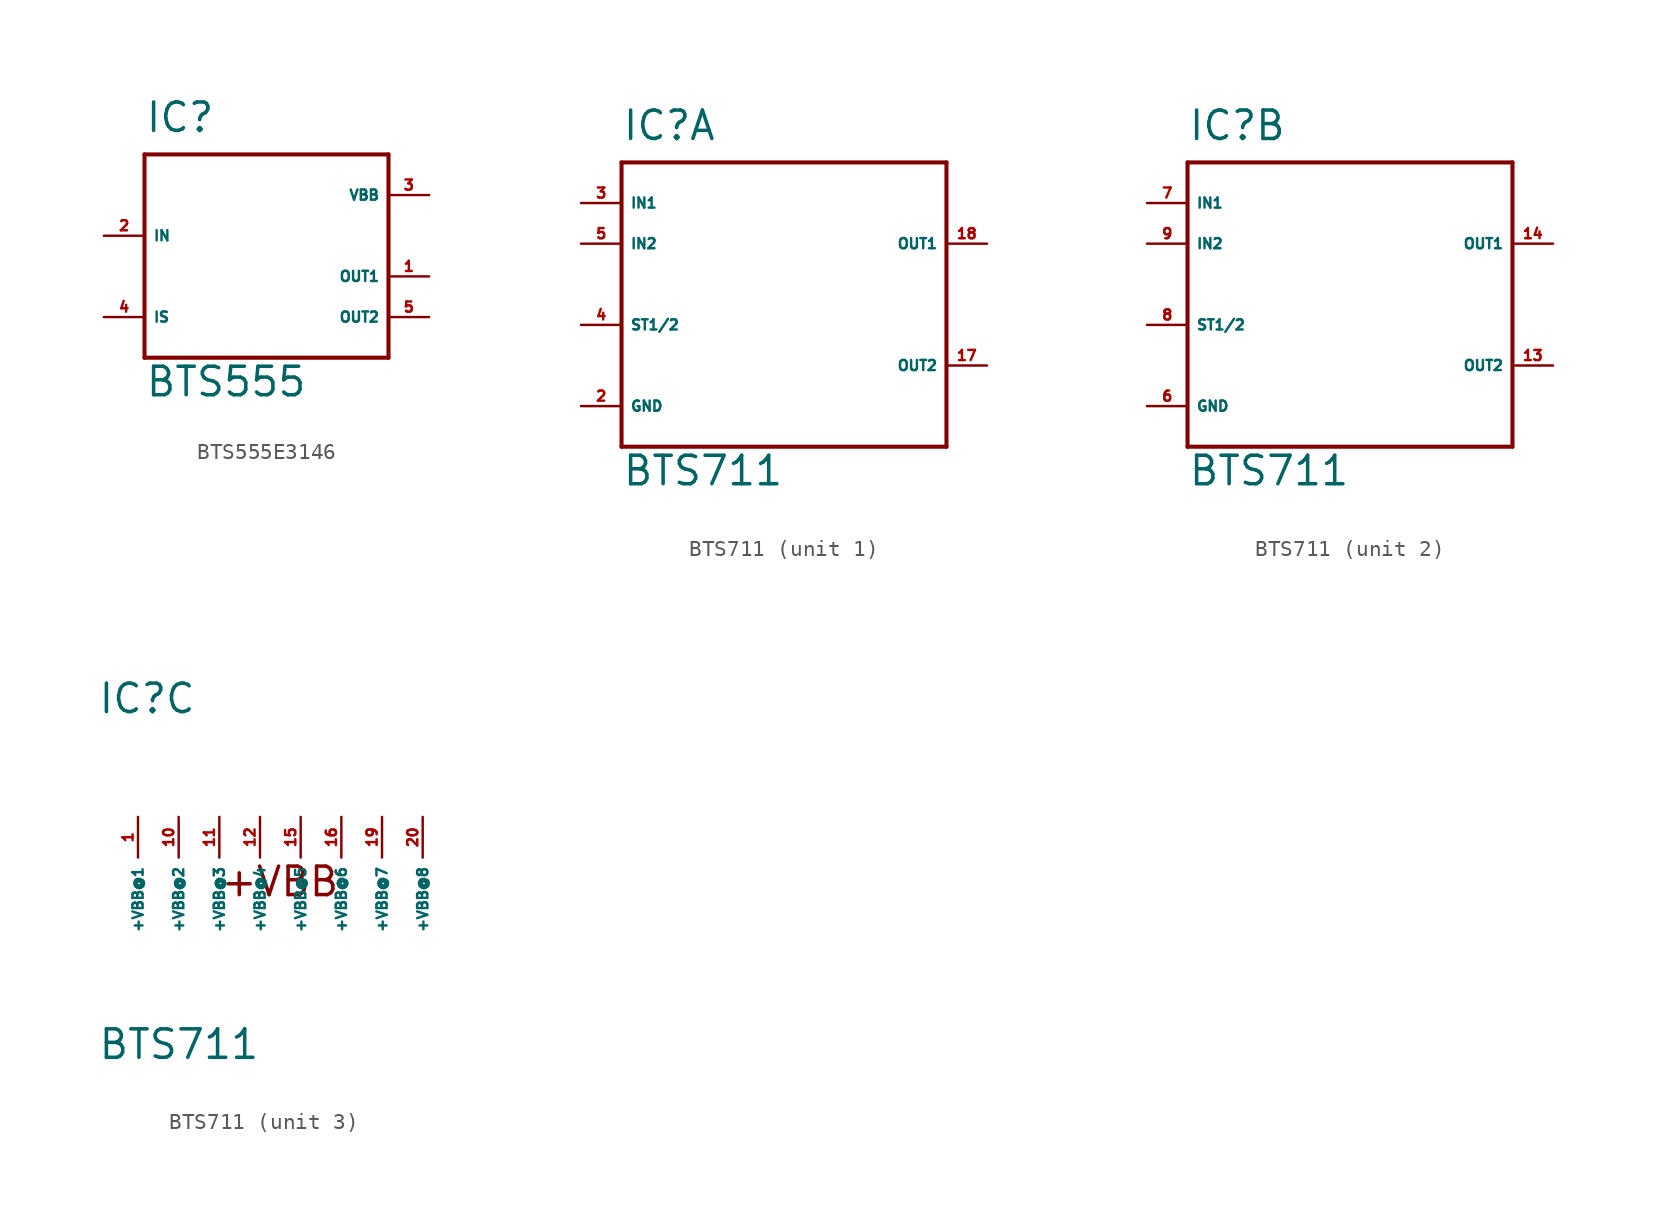
<source format=kicad_sym>
(kicad_symbol_lib
  (version 20220914)
  (generator Eagle2Kicad)
  (symbol "BTS555E3146"
    (property "Reference" "IC"
      (at -7.62 6.35 0)
      (effects (font (size 1.778 1.778) (thickness 0.22)) (justify left bottom)))
    (property "Value" "BTS555"
      (at -7.62 -10.16 0)
      (effects (font (size 1.778 1.778) (thickness 0.22)) (justify left bottom)))
    (polyline
      (pts (xy -7.62 5.08) (xy 7.62 5.08))
      (stroke (width 0.254) (type default))
      (fill (type none)))
    (polyline
      (pts (xy 7.62 5.08) (xy 7.62 -7.62))
      (stroke (width 0.254) (type default))
      (fill (type none)))
    (polyline
      (pts (xy 7.62 -7.62) (xy -7.62 -7.62))
      (stroke (width 0.254) (type default))
      (fill (type none)))
    (polyline
      (pts (xy -7.62 -7.62) (xy -7.62 5.08))
      (stroke (width 0.254) (type default))
      (fill (type none)))
    (pin input line
      (at -10.16 0 0)
      (length 2.54)
      (name "IN" (effects (font (size 0.635 0.635) (thickness 0.08)) (justify left bottom)))
      (number "2" (effects (font (size 0.635 0.635) (thickness 0.08)) (justify left bottom))))
    (pin passive line
      (at -10.16 -5.08 0)
      (length 2.54)
      (name "IS" (effects (font (size 0.635 0.635) (thickness 0.08)) (justify left bottom)))
      (number "4" (effects (font (size 0.635 0.635) (thickness 0.08)) (justify left bottom))))
    (pin passive line
      (at 10.16 2.54 180)
      (length 2.54)
      (name "VBB" (effects (font (size 0.635 0.635) (thickness 0.08)) (justify left bottom)))
      (number "3" (effects (font (size 0.635 0.635) (thickness 0.08)) (justify left bottom))))
    (pin passive line
      (at 10.16 -2.54 180)
      (length 2.54)
      (name "OUT1" (effects (font (size 0.635 0.635) (thickness 0.08)) (justify left bottom)))
      (number "1" (effects (font (size 0.635 0.635) (thickness 0.08)) (justify left bottom))))
    (pin passive line
      (at 10.16 -5.08 180)
      (length 2.54)
      (name "OUT2" (effects (font (size 0.635 0.635) (thickness 0.08)) (justify left bottom)))
      (number "5" (effects (font (size 0.635 0.635) (thickness 0.08)) (justify left bottom)))))
  (symbol "BTS711"
    (property "Reference" "IC"
      (at -10.16 8.89 0)
      (effects (font (size 1.778 1.778) (thickness 0.22)) (justify left bottom)))
    (property "Value" "BTS711"
      (at -10.16 -12.7 0)
      (effects (font (size 1.778 1.778) (thickness 0.22)) (justify left bottom)))
    (symbol "BTS711_1_0"
      (polyline (pts (xy -10.16 7.62) (xy -10.16 -10.16)) (stroke (width 0.254) (type default)) (fill (type none)))
      (polyline (pts (xy -10.16 -10.16) (xy 10.16 -10.16)) (stroke (width 0.254) (type default)) (fill (type none)))
      (polyline (pts (xy 10.16 -10.16) (xy 10.16 7.62)) (stroke (width 0.254) (type default)) (fill (type none)))
      (polyline (pts (xy 10.16 7.62) (xy -10.16 7.62)) (stroke (width 0.254) (type default)) (fill (type none)))
      (pin input line (at -12.7 5.08 0) (length 2.54) (name "IN1" (effects (font (size 0.635 0.635) (thickness 0.08)) (justify left bottom))) (number "3" (effects (font (size 0.635 0.635) (thickness 0.08)) (justify left bottom))))
      (pin input line (at -12.7 2.54 0) (length 2.54) (name "IN2" (effects (font (size 0.635 0.635) (thickness 0.08)) (justify left bottom))) (number "5" (effects (font (size 0.635 0.635) (thickness 0.08)) (justify left bottom))))
      (pin open_collector line (at -12.7 -2.54 0) (length 2.54) (name "ST1/2" (effects (font (size 0.635 0.635) (thickness 0.08)) (justify left bottom))) (number "4" (effects (font (size 0.635 0.635) (thickness 0.08)) (justify left bottom))))
      (pin unspecified line (at -12.7 -7.62 0) (length 2.54) (name "GND" (effects (font (size 0.635 0.635) (thickness 0.08)) (justify left bottom))) (number "2" (effects (font (size 0.635 0.635) (thickness 0.08)) (justify left bottom))))
      (pin output line (at 12.7 2.54 180) (length 2.54) (name "OUT1" (effects (font (size 0.635 0.635) (thickness 0.08)) (justify left bottom))) (number "18" (effects (font (size 0.635 0.635) (thickness 0.08)) (justify left bottom))))
      (pin output line (at 12.7 -5.08 180) (length 2.54) (name "OUT2" (effects (font (size 0.635 0.635) (thickness 0.08)) (justify left bottom))) (number "17" (effects (font (size 0.635 0.635) (thickness 0.08)) (justify left bottom)))))
    (symbol "BTS711_2_0"
      (polyline (pts (xy -10.16 7.62) (xy -10.16 -10.16)) (stroke (width 0.254) (type default)) (fill (type none)))
      (polyline (pts (xy -10.16 -10.16) (xy 10.16 -10.16)) (stroke (width 0.254) (type default)) (fill (type none)))
      (polyline (pts (xy 10.16 -10.16) (xy 10.16 7.62)) (stroke (width 0.254) (type default)) (fill (type none)))
      (polyline (pts (xy 10.16 7.62) (xy -10.16 7.62)) (stroke (width 0.254) (type default)) (fill (type none)))
      (pin input line (at -12.7 5.08 0) (length 2.54) (name "IN1" (effects (font (size 0.635 0.635) (thickness 0.08)) (justify left bottom))) (number "7" (effects (font (size 0.635 0.635) (thickness 0.08)) (justify left bottom))))
      (pin input line (at -12.7 2.54 0) (length 2.54) (name "IN2" (effects (font (size 0.635 0.635) (thickness 0.08)) (justify left bottom))) (number "9" (effects (font (size 0.635 0.635) (thickness 0.08)) (justify left bottom))))
      (pin open_collector line (at -12.7 -2.54 0) (length 2.54) (name "ST1/2" (effects (font (size 0.635 0.635) (thickness 0.08)) (justify left bottom))) (number "8" (effects (font (size 0.635 0.635) (thickness 0.08)) (justify left bottom))))
      (pin unspecified line (at -12.7 -7.62 0) (length 2.54) (name "GND" (effects (font (size 0.635 0.635) (thickness 0.08)) (justify left bottom))) (number "6" (effects (font (size 0.635 0.635) (thickness 0.08)) (justify left bottom))))
      (pin output line (at 12.7 2.54 180) (length 2.54) (name "OUT1" (effects (font (size 0.635 0.635) (thickness 0.08)) (justify left bottom))) (number "14" (effects (font (size 0.635 0.635) (thickness 0.08)) (justify left bottom))))
      (pin output line (at 12.7 -5.08 180) (length 2.54) (name "OUT2" (effects (font (size 0.635 0.635) (thickness 0.08)) (justify left bottom))) (number "13" (effects (font (size 0.635 0.635) (thickness 0.08)) (justify left bottom)))))
    (symbol "BTS711_3_0"
      (text "+VBB" (at -2.54 -2.54 0) (effects (font (size 1.778 1.778) (thickness 0.22)) (justify left bottom)))
      (pin unspecified line (at -7.62 2.54 270) (length 2.54) (name "+VBB@1" (effects (font (size 0.635 0.635) (thickness 0.08)) (justify left bottom))) (number "1" (effects (font (size 0.635 0.635) (thickness 0.08)) (justify left bottom))))
      (pin unspecified line (at -5.08 2.54 270) (length 2.54) (name "+VBB@2" (effects (font (size 0.635 0.635) (thickness 0.08)) (justify left bottom))) (number "10" (effects (font (size 0.635 0.635) (thickness 0.08)) (justify left bottom))))
      (pin unspecified line (at -2.54 2.54 270) (length 2.54) (name "+VBB@3" (effects (font (size 0.635 0.635) (thickness 0.08)) (justify left bottom))) (number "11" (effects (font (size 0.635 0.635) (thickness 0.08)) (justify left bottom))))
      (pin unspecified line (at 0 2.54 270) (length 2.54) (name "+VBB@4" (effects (font (size 0.635 0.635) (thickness 0.08)) (justify left bottom))) (number "12" (effects (font (size 0.635 0.635) (thickness 0.08)) (justify left bottom))))
      (pin unspecified line (at 2.54 2.54 270) (length 2.54) (name "+VBB@5" (effects (font (size 0.635 0.635) (thickness 0.08)) (justify left bottom))) (number "15" (effects (font (size 0.635 0.635) (thickness 0.08)) (justify left bottom))))
      (pin unspecified line (at 5.08 2.54 270) (length 2.54) (name "+VBB@6" (effects (font (size 0.635 0.635) (thickness 0.08)) (justify left bottom))) (number "16" (effects (font (size 0.635 0.635) (thickness 0.08)) (justify left bottom))))
      (pin unspecified line (at 7.62 2.54 270) (length 2.54) (name "+VBB@7" (effects (font (size 0.635 0.635) (thickness 0.08)) (justify left bottom))) (number "19" (effects (font (size 0.635 0.635) (thickness 0.08)) (justify left bottom))))
      (pin unspecified line (at 10.16 2.54 270) (length 2.54) (name "+VBB@8" (effects (font (size 0.635 0.635) (thickness 0.08)) (justify left bottom))) (number "20" (effects (font (size 0.635 0.635) (thickness 0.08)) (justify left bottom)))))))
</source>
